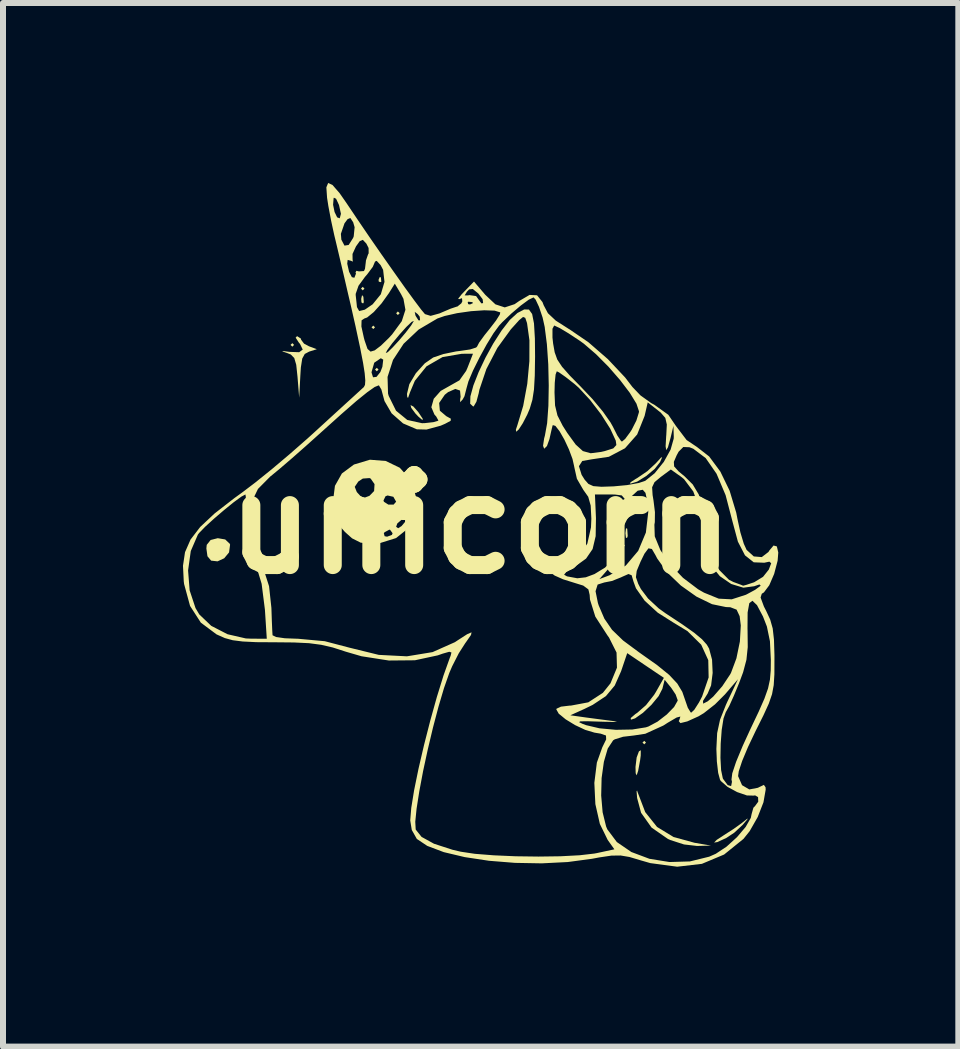
<source format=kicad_pcb>
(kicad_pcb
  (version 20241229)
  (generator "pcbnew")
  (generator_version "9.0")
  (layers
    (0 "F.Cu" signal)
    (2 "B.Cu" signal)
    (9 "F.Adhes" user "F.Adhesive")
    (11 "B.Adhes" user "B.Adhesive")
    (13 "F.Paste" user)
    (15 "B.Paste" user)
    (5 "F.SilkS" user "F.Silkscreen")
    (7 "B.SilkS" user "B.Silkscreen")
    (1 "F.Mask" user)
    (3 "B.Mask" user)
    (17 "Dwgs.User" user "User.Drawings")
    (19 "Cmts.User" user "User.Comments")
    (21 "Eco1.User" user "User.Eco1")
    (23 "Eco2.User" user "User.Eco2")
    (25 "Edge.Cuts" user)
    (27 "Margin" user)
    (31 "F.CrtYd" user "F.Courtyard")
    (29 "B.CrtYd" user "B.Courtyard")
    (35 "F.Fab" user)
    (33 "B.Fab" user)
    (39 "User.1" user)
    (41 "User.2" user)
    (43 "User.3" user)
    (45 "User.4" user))
  (footprint "unicorn"
    (layer "F.Cu")
    (at 4.961 5.691)
    (property "Reference" "unicorn" (at 0 0 0) (layer "F.SilkS") (effects (font (size 1.5 1.5) (thickness 0.3))))
    (attr board_only exclude_from_pos_files exclude_from_bom)
    (fp_poly (pts (xy -3.109 -2.992) (xy -3.138 -2.962) (xy -3.168 -2.992) (xy -3.138 -3.021)) (stroke (width 0) (type solid)) (fill yes) (layer "F.SilkS"))
    (fp_poly (pts (xy -1.936 -3.93) (xy -1.965 -3.901) (xy -1.994 -3.93) (xy -1.965 -3.96)) (stroke (width 0) (type solid)) (fill yes) (layer "F.SilkS"))
    (fp_poly (pts (xy -1.76 -3.285) (xy -1.789 -3.256) (xy -1.818 -3.285) (xy -1.789 -3.314)) (stroke (width 0) (type solid)) (fill yes) (layer "F.SilkS"))
    (fp_poly (pts (xy -1.701 -2.581) (xy -1.73 -2.552) (xy -1.76 -2.581) (xy -1.73 -2.61)) (stroke (width 0) (type solid)) (fill yes) (layer "F.SilkS"))
    (fp_poly (pts (xy -1.349 -3.52) (xy -1.379 -3.49) (xy -1.408 -3.52) (xy -1.379 -3.549)) (stroke (width 0) (type solid)) (fill yes) (layer "F.SilkS"))
    (fp_poly (pts (xy 2.405 0.352) (xy 2.376 0.381) (xy 2.346 0.352) (xy 2.376 0.323)) (stroke (width 0) (type solid)) (fill yes) (layer "F.SilkS"))
    (fp_poly (pts (xy 2.757 3.637) (xy 2.728 3.666) (xy 2.698 3.637) (xy 2.728 3.608)) (stroke (width 0) (type solid)) (fill yes) (layer "F.SilkS"))
    (fp_poly (pts (xy -1.954 -3.795) (xy -1.947 -3.703) (xy -1.959 -3.682) (xy -1.986 -3.7) (xy -1.99 -3.759) (xy -1.976 -3.822)) (stroke (width 0) (type solid)) (fill yes) (layer "F.SilkS"))
    (fp_poly (pts (xy -1.662 -4.116) (xy -1.655 -4.046) (xy -1.662 -4.038) (xy -1.697 -4.046) (xy -1.701 -4.077) (xy -1.68 -4.125)) (stroke (width 0) (type solid)) (fill yes) (layer "F.SilkS"))
    (fp_poly (pts (xy 2.444 0.073) (xy 2.452 0.193) (xy 2.444 0.22) (xy 2.423 0.227) (xy 2.414 0.147) (xy 2.424 0.063)) (stroke (width 0) (type solid)) (fill yes) (layer "F.SilkS"))
    (fp_poly (pts (xy -1.121 -1.965) (xy -1.04 -1.874) (xy -1.038 -1.871) (xy -0.965 -1.761) (xy -0.968 -1.737) (xy -1.042 -1.801) (xy -1.086 -1.848) (xy -1.156 -1.942) (xy -1.168 -1.989)) (stroke (width 0) (type solid)) (fill yes) (layer "F.SilkS"))
    (fp_poly (pts (xy 2.669 3.854) (xy 2.659 3.93) (xy 2.626 4.109) (xy 2.601 4.183) (xy 2.585 4.148) (xy 2.582 4.043) (xy 2.601 3.886) (xy 2.639 3.784) (xy 2.67 3.764)) (stroke (width 0) (type solid)) (fill yes) (layer "F.SilkS"))
    (fp_poly (pts (xy -4.257 0.251) (xy -4.18 0.324) (xy -4.176 0.34) (xy -4.193 0.467) (xy -4.274 0.565) (xy -4.385 0.616) (xy -4.492 0.604) (xy -4.553 0.531) (xy -4.571 0.401) (xy -4.565 0.341) (xy -4.5 0.26) (xy -4.381 0.23)) (stroke (width 0) (type solid)) (fill yes) (layer "F.SilkS"))
    (fp_poly (pts (xy 4.45 4.912) (xy 4.375 5.001) (xy 4.37 5.007) (xy 4.227 5.14) (xy 4.095 5.227) (xy 3.947 5.295) (xy 3.892 5.304) (xy 3.935 5.259) (xy 4.048 5.185) (xy 4.213 5.079) (xy 4.353 4.979) (xy 4.37 4.965) (xy 4.448 4.903)) (stroke (width 0) (type solid)) (fill yes) (layer "F.SilkS"))
    (fp_poly (pts (xy 2.993 -1.043) (xy 2.991 -1.038) (xy 2.902 -0.925) (xy 2.76 -0.806) (xy 2.61 -0.713) (xy 2.493 -0.677) (xy 2.493 -0.677) (xy 2.498 -0.701) (xy 2.585 -0.758) (xy 2.61 -0.772) (xy 2.779 -0.887) (xy 2.921 -1.019) (xy 3.007 -1.113) (xy 3.027 -1.12)) (stroke (width 0) (type solid)) (fill yes) (layer "F.SilkS"))
    (fp_poly (pts (xy 2.615 4.458) (xy 2.744 4.796) (xy 2.941 5.043) (xy 3.216 5.211) (xy 3.566 5.307) (xy 3.842 5.354) (xy 3.608 5.36) (xy 3.391 5.335) (xy 3.161 5.261) (xy 3.123 5.244) (xy 2.85 5.054) (xy 2.675 4.807) (xy 2.609 4.561) (xy 2.6 4.451) (xy 2.608 4.435)) (stroke (width 0) (type solid)) (fill yes) (layer "F.SilkS"))
    (fp_poly (pts (xy -2.995 -3.097) (xy -2.992 -3.078) (xy -2.943 -3.013) (xy -2.861 -2.969) (xy -2.73 -2.92) (xy -2.858 -2.88) (xy -2.931 -2.841) (xy -2.973 -2.764) (xy -2.996 -2.617) (xy -3.005 -2.475) (xy -3.024 -2.112) (xy -3.052 -2.461) (xy -3.073 -2.66) (xy -3.106 -2.773) (xy -3.164 -2.832) (xy -3.226 -2.857) (xy -3.309 -2.885) (xy -3.286 -2.889) (xy -3.189 -2.876) (xy -3.024 -2.87) (xy -2.965 -2.914) (xy -3.01 -3.008) (xy -3.03 -3.031) (xy -3.083 -3.113) (xy -3.059 -3.138)) (stroke (width 0) (type solid)) (fill yes) (layer "F.SilkS"))
    (fp_poly (pts (xy 0.806 -3.581) (xy 0.859 -3.507) (xy 0.89 -3.35) (xy 0.905 -3.098) (xy 0.908 -2.798) (xy 0.903 -2.48) (xy 0.89 -2.249) (xy 0.863 -2.075) (xy 0.819 -1.928) (xy 0.779 -1.833) (xy 0.703 -1.686) (xy 0.637 -1.584) (xy 0.594 -1.544) (xy 0.588 -1.579) (xy 0.614 -1.657) (xy 0.71 -1.976) (xy 0.778 -2.343) (xy 0.813 -2.72) (xy 0.814 -3.069) (xy 0.775 -3.349) (xy 0.77 -3.368) (xy 0.744 -3.443) (xy 0.708 -3.458) (xy 0.642 -3.404) (xy 0.523 -3.272) (xy 0.504 -3.251) (xy 0.279 -2.941) (xy 0.096 -2.589) (xy -0.02 -2.245) (xy -0.032 -2.185) (xy -0.07 -2.044) (xy -0.114 -1.969) (xy -0.124 -1.965) (xy -0.174 -2.011) (xy -0.17 -2.135) (xy -0.12 -2.317) (xy -0.033 -2.538) (xy 0.08 -2.777) (xy 0.211 -3.015) (xy 0.35 -3.232) (xy 0.487 -3.408) (xy 0.614 -3.524) (xy 0.616 -3.525) (xy 0.727 -3.583)) (stroke (width 0) (type solid)) (fill yes) (layer "F.SilkS"))
    (fp_poly (pts (xy -1.581 -1.057) (xy -1.347 -0.944) (xy -1.172 -0.748) (xy -1.145 -0.698) (xy -1.064 -0.413) (xy -1.088 -0.153) (xy -1.207 0.066) (xy -1.409 0.228) (xy -1.682 0.313) (xy -1.821 0.323) (xy -2 0.304) (xy -2.137 0.235) (xy -1.818 0.235) (xy -1.789 0.264) (xy -1.76 0.235) (xy -1.789 0.205) (xy -1.818 0.235) (xy -2.137 0.235) (xy -2.143 0.232) (xy -2.238 0.147) (xy -1.613 0.147) (xy -1.6 0.197) (xy -1.558 0.205) (xy -1.478 0.175) (xy -1.467 0.147) (xy -1.509 0.09) (xy -1.522 0.088) (xy -1.601 0.131) (xy -1.613 0.147) (xy -2.238 0.147) (xy -2.264 0.123) (xy -2.337 0.04) (xy -1.408 0.04) (xy -1.374 0.064) (xy -1.318 0.028) (xy -1.257 -0.044) (xy -1.256 -0.073) (xy -1.321 -0.074) (xy -1.389 -0.015) (xy -1.408 0.04) (xy -2.337 0.04) (xy -2.391 -0.022) (xy -2.449 -0.159) (xy -2.457 -0.264) (xy -1.232 -0.264) (xy -1.21 -0.216) (xy -1.193 -0.225) (xy -1.186 -0.294) (xy -1.193 -0.303) (xy -1.228 -0.295) (xy -1.232 -0.264) (xy -2.457 -0.264) (xy -2.464 -0.348) (xy -2.464 -0.362) (xy -2.459 -0.398) (xy -1.619 -0.398) (xy -1.611 -0.377) (xy -1.538 -0.33) (xy -1.45 -0.33) (xy -1.408 -0.378) (xy -1.454 -0.46) (xy -1.55 -0.482) (xy -1.585 -0.469) (xy -1.619 -0.398) (xy -2.459 -0.398) (xy -2.43 -0.626) (xy -2.098 -0.626) (xy -2.064 -0.541) (xy -2.056 -0.531) (xy -1.986 -0.455) (xy -1.925 -0.449) (xy -1.853 -0.476) (xy -1.775 -0.556) (xy -1.768 -0.671) (xy -1.832 -0.763) (xy -1.852 -0.772) (xy -1.963 -0.764) (xy -2.038 -0.715) (xy -2.098 -0.626) (xy -2.43 -0.626) (xy -2.428 -0.643) (xy -2.312 -0.849) (xy -2.111 -0.998) (xy -1.845 -1.078)) (stroke (width 0) (type solid)) (fill yes) (layer "F.SilkS"))
    (fp_poly (pts (xy -2.469 -5.658) (xy -2.35 -5.521) (xy -2.232 -5.351) (xy -2.052 -5.083) (xy -1.854 -4.792) (xy -1.648 -4.495) (xy -1.446 -4.208) (xy -1.262 -3.948) (xy -1.106 -3.734) (xy -0.991 -3.581) (xy -0.929 -3.507) (xy -0.927 -3.505) (xy -0.833 -3.476) (xy -0.684 -3.517) (xy -0.645 -3.534) (xy -0.499 -3.596) (xy -0.397 -3.63) (xy -0.386 -3.632) (xy -0.322 -3.684) (xy -0.311 -3.705) (xy -0.215 -3.705) (xy -0.207 -3.671) (xy -0.176 -3.666) (xy -0.128 -3.688) (xy -0.137 -3.705) (xy -0.206 -3.712) (xy -0.215 -3.705) (xy -0.311 -3.705) (xy -0.305 -3.718) (xy -0.31 -3.771) (xy -0.359 -3.754) (xy -0.374 -3.762) (xy -0.33 -3.817) (xy -0.266 -3.817) (xy -0.209 -3.817) (xy -0.187 -3.822) (xy -0.075 -3.806) (xy -0.036 -3.751) (xy 0.013 -3.684) (xy 0.042 -3.689) (xy 0.034 -3.753) (xy -0.037 -3.847) (xy -0.13 -3.924) (xy -0.192 -3.917) (xy -0.228 -3.879) (xy -0.266 -3.817) (xy -0.33 -3.817) (xy -0.318 -3.833) (xy -0.275 -3.878) (xy -0.11 -4.048) (xy 0.077 -3.828) (xy 0.247 -3.668) (xy 0.403 -3.617) (xy 0.567 -3.671) (xy 0.645 -3.725) (xy 0.816 -3.825) (xy 0.941 -3.819) (xy 1.031 -3.706) (xy 1.052 -3.652) (xy 1.122 -3.52) (xy 1.253 -3.397) (xy 1.47 -3.258) (xy 1.475 -3.256) (xy 1.796 -3.037) (xy 2.122 -2.754) (xy 2.409 -2.449) (xy 2.531 -2.29) (xy 2.665 -2.15) (xy 2.844 -2.022) (xy 2.896 -1.994) (xy 3.129 -1.827) (xy 3.255 -1.642) (xy 3.434 -1.406) (xy 3.607 -1.29) (xy 3.81 -1.132) (xy 3.996 -0.881) (xy 4.151 -0.561) (xy 4.261 -0.196) (xy 4.282 -0.088) (xy 4.33 0.132) (xy 4.387 0.322) (xy 4.434 0.425) (xy 4.554 0.534) (xy 4.687 0.545) (xy 4.799 0.459) (xy 4.811 0.438) (xy 4.883 0.352) (xy 4.938 0.367) (xy 4.962 0.469) (xy 4.951 0.606) (xy 4.893 0.826) (xy 4.812 1.014) (xy 4.723 1.133) (xy 4.687 1.156) (xy 4.667 1.219) (xy 4.723 1.37) (xy 4.759 1.44) (xy 4.827 1.586) (xy 4.869 1.734) (xy 4.89 1.92) (xy 4.898 2.178) (xy 4.898 2.26) (xy 4.897 2.5) (xy 4.886 2.679) (xy 4.858 2.83) (xy 4.804 2.987) (xy 4.714 3.184) (xy 4.585 3.442) (xy 4.457 3.711) (xy 4.36 3.943) (xy 4.303 4.116) (xy 4.292 4.196) (xy 4.358 4.347) (xy 4.479 4.418) (xy 4.624 4.39) (xy 4.634 4.384) (xy 4.722 4.342) (xy 4.75 4.382) (xy 4.752 4.421) (xy 4.715 4.632) (xy 4.619 4.878) (xy 4.485 5.113) (xy 4.382 5.242) (xy 4.059 5.503) (xy 3.689 5.658) (xy 3.277 5.706) (xy 2.829 5.646) (xy 2.669 5.6) (xy 2.482 5.544) (xy 2.334 5.519) (xy 2.181 5.521) (xy 1.978 5.551) (xy 1.856 5.574) (xy 1.453 5.628) (xy 1.019 5.65) (xy 0.574 5.642) (xy 0.139 5.607) (xy -0.264 5.546) (xy -0.614 5.463) (xy -0.889 5.359) (xy -1.063 5.243) (xy -1.147 5.094) (xy -1.173 4.935) (xy -1.156 4.726) (xy -1.108 4.43) (xy -1.035 4.073) (xy -0.943 3.678) (xy -0.839 3.271) (xy -0.729 2.876) (xy -0.618 2.518) (xy -0.513 2.223) (xy -0.5 2.191) (xy -0.486 2.135) (xy -0.522 2.123) (xy -0.634 2.155) (xy -0.714 2.183) (xy -1.095 2.265) (xy -1.529 2.269) (xy -1.985 2.198) (xy -2.246 2.122) (xy -2.463 2.052) (xy -2.656 2.007) (xy -2.861 1.98) (xy -3.113 1.968) (xy -3.421 1.965) (xy -3.738 1.963) (xy -3.965 1.952) (xy -4.131 1.931) (xy -4.263 1.895) (xy -4.389 1.839) (xy -4.402 1.833) (xy -4.663 1.638) (xy -4.843 1.359) (xy -4.942 0.995) (xy -4.948 0.95) (xy -4.957 0.768) (xy -4.876 0.768) (xy -4.85 1.099) (xy -4.752 1.395) (xy -4.689 1.501) (xy -4.49 1.691) (xy -4.218 1.831) (xy -3.913 1.901) (xy -3.82 1.905) (xy -3.564 1.906) (xy -3.595 1.423) (xy -3.65 0.99) (xy -3.764 0.612) (xy -3.783 0.566) (xy -3.878 0.307) (xy -3.92 0.085) (xy -3.92 -0.067) (xy -3.852 -0.067) (xy -3.788 0.272) (xy -3.65 0.645) (xy -3.526 1.031) (xy -3.487 1.393) (xy -3.48 1.603) (xy -3.473 1.767) (xy -3.468 1.848) (xy -3.41 1.877) (xy -3.264 1.898) (xy -3.057 1.906) (xy -3.046 1.906) (xy -2.598 1.947) (xy -2.194 2.053) (xy -1.697 2.175) (xy -1.228 2.199) (xy -0.801 2.129) (xy -0.428 1.963) (xy -0.386 1.935) (xy -0.225 1.831) (xy -0.151 1.799) (xy -0.16 1.843) (xy -0.244 1.964) (xy -0.256 1.98) (xy -0.364 2.149) (xy -0.474 2.365) (xy -0.522 2.477) (xy -0.61 2.728) (xy -0.702 3.039) (xy -0.794 3.388) (xy -0.881 3.754) (xy -0.959 4.115) (xy -1.022 4.45) (xy -1.067 4.738) (xy -1.089 4.956) (xy -1.082 5.083) (xy -1.082 5.086) (xy -0.984 5.209) (xy -0.777 5.323) (xy -0.47 5.423) (xy -0.33 5.456) (xy -0.096 5.491) (xy 0.219 5.516) (xy 0.583 5.532) (xy 0.964 5.537) (xy 1.331 5.532) (xy 1.652 5.515) (xy 1.894 5.487) (xy 1.933 5.48) (xy 2.23 5.416) (xy 2.118 5.259) (xy 1.988 4.993) (xy 1.913 4.663) (xy 1.906 4.52) (xy 2.01 4.52) (xy 2.034 4.799) (xy 2.092 5.035) (xy 2.112 5.083) (xy 2.271 5.295) (xy 2.513 5.461) (xy 2.814 5.574) (xy 3.148 5.628) (xy 3.488 5.618) (xy 3.81 5.539) (xy 3.921 5.49) (xy 4.099 5.372) (xy 4.274 5.213) (xy 4.418 5.043) (xy 4.504 4.892) (xy 4.517 4.83) (xy 4.547 4.723) (xy 4.576 4.693) (xy 4.628 4.622) (xy 4.625 4.546) (xy 4.574 4.516) (xy 4.558 4.521) (xy 4.439 4.518) (xy 4.276 4.462) (xy 4.116 4.375) (xy 4.004 4.277) (xy 3.991 4.257) (xy 3.96 4.142) (xy 3.938 3.951) (xy 3.936 3.891) (xy 3.998 3.891) (xy 4.009 4.096) (xy 4.037 4.232) (xy 4.043 4.244) (xy 4.119 4.346) (xy 4.176 4.362) (xy 4.19 4.291) (xy 4.182 4.253) (xy 4.195 4.149) (xy 4.259 3.957) (xy 4.369 3.692) (xy 4.495 3.417) (xy 4.635 3.122) (xy 4.731 2.904) (xy 4.791 2.735) (xy 4.823 2.588) (xy 4.836 2.435) (xy 4.838 2.258) (xy 4.823 1.948) (xy 4.772 1.702) (xy 4.707 1.535) (xy 4.607 1.346) (xy 4.531 1.273) (xy 4.479 1.313) (xy 4.451 1.468) (xy 4.449 1.737) (xy 4.45 1.772) (xy 4.453 2.045) (xy 4.431 2.257) (xy 4.376 2.464) (xy 4.308 2.647) (xy 4.222 2.855) (xy 4.145 3.026) (xy 4.091 3.123) (xy 4.088 3.127) (xy 4.049 3.235) (xy 4.019 3.424) (xy 4.002 3.655) (xy 3.998 3.891) (xy 3.936 3.891) (xy 3.93 3.743) (xy 3.943 3.479) (xy 3.991 3.256) (xy 4.088 3.011) (xy 4.11 2.962) (xy 4.29 2.581) (xy 4.075 2.832) (xy 3.907 3) (xy 3.721 3.146) (xy 3.633 3.199) (xy 3.445 3.284) (xy 3.331 3.312) (xy 3.303 3.28) (xy 3.314 3.256) (xy 3.33 3.203) (xy 3.268 3.219) (xy 3.121 3.305) (xy 3.046 3.353) (xy 2.745 3.49) (xy 2.553 3.519) (xy 2.374 3.54) (xy 2.236 3.583) (xy 2.209 3.6) (xy 2.119 3.737) (xy 2.055 3.957) (xy 2.017 4.229) (xy 2.01 4.52) (xy 1.906 4.52) (xy 1.896 4.308) (xy 1.938 3.97) (xy 2.028 3.717) (xy 2.093 3.584) (xy 2.09 3.519) (xy 2.001 3.488) (xy 1.898 3.471) (xy 1.744 3.425) (xy 1.574 3.345) (xy 1.417 3.249) (xy 1.336 3.182) (xy 1.496 3.182) (xy 1.76 3.219) (xy 1.978 3.248) (xy 2.188 3.275) (xy 2.229 3.28) (xy 2.274 3.289) (xy 2.215 3.293) (xy 2.065 3.29) (xy 1.994 3.288) (xy 1.776 3.281) (xy 1.662 3.283) (xy 1.641 3.296) (xy 1.698 3.324) (xy 1.76 3.347) (xy 1.982 3.399) (xy 2.255 3.424) (xy 2.529 3.419) (xy 2.754 3.383) (xy 2.797 3.369) (xy 2.949 3.288) (xy 3.103 3.169) (xy 3.225 3.044) (xy 3.284 2.94) (xy 3.285 2.929) (xy 3.251 2.835) (xy 3.177 2.724) (xy 3.068 2.59) (xy 3.03 2.74) (xy 2.967 2.863) (xy 2.848 3.007) (xy 2.706 3.141) (xy 2.575 3.233) (xy 2.506 3.255) (xy 2.502 3.228) (xy 2.579 3.162) (xy 2.613 3.139) (xy 2.757 3.013) (xy 2.893 2.84) (xy 2.923 2.791) (xy 3.055 2.558) (xy 2.749 2.352) (xy 2.444 2.146) (xy 2.342 2.447) (xy 2.236 2.686) (xy 2.089 2.862) (xy 1.869 3.008) (xy 1.73 3.076) (xy 1.496 3.182) (xy 1.336 3.182) (xy 1.303 3.156) (xy 1.262 3.084) (xy 1.266 3.072) (xy 1.34 3.038) (xy 1.481 3.021) (xy 1.502 3.021) (xy 1.795 2.966) (xy 2.038 2.808) (xy 2.165 2.649) (xy 2.273 2.388) (xy 2.266 2.136) (xy 2.141 1.887) (xy 2.114 1.85) (xy 1.912 1.537) (xy 1.823 1.252) (xy 1.818 1.176) (xy 1.804 1.114) (xy 1.916 1.114) (xy 1.955 1.308) (xy 1.968 1.349) (xy 2.063 1.571) (xy 2.191 1.757) (xy 2.375 1.935) (xy 2.642 2.133) (xy 2.655 2.142) (xy 2.942 2.345) (xy 3.144 2.509) (xy 3.278 2.652) (xy 3.362 2.791) (xy 3.405 2.915) (xy 3.454 3.056) (xy 3.501 3.133) (xy 3.511 3.138) (xy 3.562 3.09) (xy 3.64 2.968) (xy 3.692 2.869) (xy 3.801 2.551) (xy 3.795 2.263) (xy 3.677 2.005) (xy 3.447 1.778) (xy 3.216 1.638) (xy 2.952 1.471) (xy 2.735 1.272) (xy 2.59 1.066) (xy 2.549 0.955) (xy 2.527 0.88) (xy 2.589 0.88) (xy 2.627 0.99) (xy 2.672 1.077) (xy 2.791 1.235) (xy 2.969 1.4) (xy 3.08 1.48) (xy 3.362 1.666) (xy 3.56 1.806) (xy 3.691 1.915) (xy 3.771 2.005) (xy 3.809 2.071) (xy 3.858 2.255) (xy 3.868 2.476) (xy 3.842 2.684) (xy 3.785 2.819) (xy 3.707 2.943) (xy 3.71 2.988) (xy 3.786 2.949) (xy 3.877 2.871) (xy 4.028 2.698) (xy 4.16 2.5) (xy 4.174 2.474) (xy 4.264 2.233) (xy 4.322 1.952) (xy 4.337 1.684) (xy 4.318 1.53) (xy 4.267 1.421) (xy 4.163 1.381) (xy 4.09 1.378) (xy 3.858 1.33) (xy 3.597 1.203) (xy 3.338 1.019) (xy 3.109 0.8) (xy 2.943 0.567) (xy 2.916 0.515) (xy 2.855 0.41) (xy 2.798 0.399) (xy 2.731 0.489) (xy 2.666 0.622) (xy 2.602 0.776) (xy 2.589 0.88) (xy 2.527 0.88) (xy 2.518 0.848) (xy 2.465 0.827) (xy 2.352 0.877) (xy 2.345 0.881) (xy 2.19 0.943) (xy 2.062 0.968) (xy 1.951 1.003) (xy 1.916 1.114) (xy 1.804 1.114) (xy 1.796 1.083) (xy 1.711 1.02) (xy 1.569 0.976) (xy 1.374 0.915) (xy 1.233 0.852) (xy 1.216 0.839) (xy 1.392 0.839) (xy 1.44 0.866) (xy 1.444 0.867) (xy 1.612 0.898) (xy 1.753 0.882) (xy 1.898 0.828) (xy 2.073 0.721) (xy 2.217 0.579) (xy 2.299 0.48) (xy 2.342 0.448) (xy 2.345 0.453) (xy 2.31 0.518) (xy 2.221 0.636) (xy 2.163 0.703) (xy 1.98 0.912) (xy 2.149 0.848) (xy 2.421 0.685) (xy 2.627 0.441) (xy 2.755 0.136) (xy 2.795 -0.208) (xy 2.779 -0.383) (xy 2.748 -0.526) (xy 2.703 -0.577) (xy 2.621 -0.562) (xy 2.618 -0.561) (xy 2.506 -0.459) (xy 2.457 -0.316) (xy 2.421 -0.117) (xy 2.413 -0.308) (xy 2.4 -0.428) (xy 2.353 -0.483) (xy 2.237 -0.498) (xy 2.156 -0.499) (xy 1.906 -0.499) (xy 1.923 -0.103) (xy 1.918 0.196) (xy 1.867 0.411) (xy 1.758 0.57) (xy 1.576 0.702) (xy 1.56 0.711) (xy 1.428 0.792) (xy 1.392 0.839) (xy 1.216 0.839) (xy 1.169 0.8) (xy 1.175 0.779) (xy 1.241 0.744) (xy 1.373 0.682) (xy 1.42 0.661) (xy 1.643 0.517) (xy 1.779 0.32) (xy 1.84 0.05) (xy 1.846 -0.095) (xy 1.835 -0.314) (xy 1.794 -0.46) (xy 1.714 -0.573) (xy 1.687 -0.619) (xy 2.859 -0.619) (xy 2.867 -0.489) (xy 2.882 -0.399) (xy 2.906 -0.205) (xy 2.904 -0.037) (xy 2.897 0.005) (xy 2.903 0.199) (xy 2.996 0.427) (xy 3.158 0.665) (xy 3.373 0.89) (xy 3.625 1.081) (xy 3.724 1.138) (xy 3.97 1.238) (xy 4.186 1.249) (xy 4.419 1.174) (xy 4.436 1.166) (xy 4.575 1.091) (xy 4.661 1.028) (xy 4.668 1.019) (xy 4.648 1.001) (xy 4.56 1.031) (xy 4.38 1.055) (xy 4.177 0.993) (xy 3.989 0.864) (xy 3.877 0.727) (xy 3.808 0.564) (xy 3.75 0.337) (xy 3.721 0.152) (xy 3.654 -0.25) (xy 3.545 -0.549) (xy 3.391 -0.754) (xy 3.339 -0.796) (xy 3.171 -0.915) (xy 3.002 -0.79) (xy 2.899 -0.704) (xy 2.859 -0.619) (xy 1.687 -0.619) (xy 1.605 -0.761) (xy 1.561 -0.958) (xy 1.559 -0.97) (xy 1.639 -0.97) (xy 1.684 -0.826) (xy 1.735 -0.745) (xy 1.797 -0.675) (xy 1.879 -0.638) (xy 2.014 -0.627) (xy 2.219 -0.634) (xy 2.442 -0.655) (xy 2.636 -0.69) (xy 2.744 -0.726) (xy 2.902 -0.853) (xy 3.052 -1.04) (xy 3.054 -1.042) (xy 3.221 -1.042) (xy 3.226 -0.966) (xy 3.3 -0.884) (xy 3.4 -0.801) (xy 3.536 -0.666) (xy 3.636 -0.499) (xy 3.71 -0.274) (xy 3.766 0.032) (xy 3.788 0.198) (xy 3.858 0.512) (xy 3.979 0.761) (xy 4.14 0.923) (xy 4.213 0.96) (xy 4.328 1.002) (xy 4.376 1.022) (xy 4.429 1.008) (xy 4.549 0.968) (xy 4.559 0.965) (xy 4.708 0.874) (xy 4.804 0.753) (xy 4.844 0.648) (xy 4.814 0.621) (xy 4.728 0.639) (xy 4.553 0.632) (xy 4.407 0.516) (xy 4.289 0.288) (xy 4.2 -0.043) (xy 4.084 -0.487) (xy 3.933 -0.844) (xy 3.752 -1.105) (xy 3.545 -1.261) (xy 3.481 -1.286) (xy 3.379 -1.29) (xy 3.301 -1.212) (xy 3.268 -1.151) (xy 3.221 -1.042) (xy 3.054 -1.042) (xy 3.167 -1.246) (xy 3.219 -1.43) (xy 3.22 -1.461) (xy 3.214 -1.642) (xy 3.168 -1.449) (xy 3.123 -1.285) (xy 3.094 -1.237) (xy 3.084 -1.303) (xy 3.094 -1.481) (xy 3.095 -1.485) (xy 3.104 -1.665) (xy 3.079 -1.775) (xy 3.002 -1.864) (xy 2.954 -1.902) (xy 2.786 -2.034) (xy 2.734 -1.809) (xy 2.61 -1.499) (xy 2.407 -1.269) (xy 2.138 -1.127) (xy 1.854 -1.085) (xy 1.695 -1.057) (xy 1.639 -0.97) (xy 1.559 -0.97) (xy 1.532 -1.09) (xy 1.472 -1.251) (xy 1.396 -1.414) (xy 1.316 -1.553) (xy 1.247 -1.642) (xy 1.204 -1.655) (xy 1.198 -1.642) (xy 1.175 -1.545) (xy 1.148 -1.423) (xy 1.106 -1.306) (xy 1.06 -1.261) (xy 1.041 -1.31) (xy 1.059 -1.433) (xy 1.072 -1.481) (xy 1.109 -1.687) (xy 1.13 -1.976) (xy 1.134 -2.199) (xy 1.232 -2.199) (xy 1.241 -1.983) (xy 1.281 -1.816) (xy 1.368 -1.645) (xy 1.443 -1.527) (xy 1.585 -1.331) (xy 1.705 -1.222) (xy 1.835 -1.186) (xy 2.008 -1.208) (xy 2.069 -1.222) (xy 2.212 -1.267) (xy 2.263 -1.323) (xy 2.253 -1.396) (xy 2.161 -1.595) (xy 2.009 -1.834) (xy 1.825 -2.074) (xy 1.637 -2.277) (xy 1.565 -2.341) (xy 1.418 -2.456) (xy 1.309 -2.533) (xy 1.27 -2.552) (xy 1.25 -2.498) (xy 1.236 -2.36) (xy 1.232 -2.199) (xy 1.134 -2.199) (xy 1.136 -2.315) (xy 1.128 -2.668) (xy 1.105 -3.004) (xy 1.072 -3.261) (xy 1.198 -3.261) (xy 1.198 -3.114) (xy 1.209 -3.014) (xy 1.235 -2.868) (xy 1.278 -2.748) (xy 1.358 -2.627) (xy 1.49 -2.478) (xy 1.67 -2.295) (xy 1.866 -2.088) (xy 2.04 -1.878) (xy 2.166 -1.699) (xy 2.205 -1.629) (xy 2.279 -1.482) (xy 2.339 -1.393) (xy 2.356 -1.38) (xy 2.409 -1.424) (xy 2.492 -1.536) (xy 2.518 -1.576) (xy 2.597 -1.732) (xy 2.638 -1.865) (xy 2.64 -1.885) (xy 2.598 -2.012) (xy 2.487 -2.193) (xy 2.325 -2.406) (xy 2.131 -2.629) (xy 1.923 -2.838) (xy 1.721 -3.012) (xy 1.65 -3.063) (xy 1.467 -3.184) (xy 1.318 -3.273) (xy 1.232 -3.313) (xy 1.226 -3.314) (xy 1.198 -3.261) (xy 1.072 -3.261) (xy 1.069 -3.289) (xy 1.034 -3.446) (xy 0.974 -3.625) (xy 0.917 -3.747) (xy 0.883 -3.784) (xy 0.803 -3.746) (xy 0.67 -3.648) (xy 0.513 -3.515) (xy 0.36 -3.369) (xy 0.309 -3.314) (xy 0.215 -3.186) (xy 0.1 -2.998) (xy -0.019 -2.78) (xy -0.126 -2.565) (xy -0.203 -2.384) (xy -0.235 -2.269) (xy -0.236 -2.265) (xy -0.269 -2.136) (xy -0.299 -2.082) (xy -0.342 -2.037) (xy -0.34 -2.092) (xy -0.333 -2.126) (xy -0.343 -2.231) (xy -0.421 -2.258) (xy -0.542 -2.205) (xy -0.597 -2.161) (xy -0.691 -2.024) (xy -0.679 -1.895) (xy -0.572 -1.804) (xy -0.496 -1.762) (xy -0.499 -1.727) (xy -0.592 -1.677) (xy -0.666 -1.645) (xy -0.901 -1.581) (xy -1.063 -1.585) (xy -1.292 -1.683) (xy -1.483 -1.851) (xy -1.602 -2.056) (xy -1.618 -2.115) (xy -1.654 -2.249) (xy -1.694 -2.316) (xy -1.7 -2.317) (xy -1.766 -2.29) (xy -1.887 -2.205) (xy -2.07 -2.057) (xy -2.321 -1.838) (xy -2.648 -1.544) (xy -2.669 -1.525) (xy -2.912 -1.307) (xy -3.147 -1.1) (xy -3.351 -0.925) (xy -3.495 -0.806) (xy -3.504 -0.8) (xy -3.711 -0.591) (xy -3.827 -0.351) (xy -3.852 -0.067) (xy -3.92 -0.067) (xy -3.92 -0.153) (xy -3.913 -0.337) (xy -3.914 -0.462) (xy -3.92 -0.499) (xy -3.989 -0.462) (xy -4.117 -0.368) (xy -4.277 -0.238) (xy -4.444 -0.095) (xy -4.591 0.039) (xy -4.691 0.142) (xy -4.712 0.169) (xy -4.831 0.444) (xy -4.876 0.768) (xy -4.957 0.768) (xy -4.961 0.69) (xy -4.927 0.463) (xy -4.835 0.253) (xy -4.674 0.043) (xy -4.434 -0.182) (xy -4.103 -0.439) (xy -3.973 -0.533) (xy -3.757 -0.697) (xy -3.484 -0.917) (xy -3.184 -1.17) (xy -2.885 -1.432) (xy -2.757 -1.548) (xy -2.509 -1.775) (xy -2.287 -1.978) (xy -2.108 -2.141) (xy -1.988 -2.251) (xy -1.946 -2.289) (xy -1.927 -2.326) (xy -1.922 -2.399) (xy -1.932 -2.518) (xy -1.934 -2.532) (xy -1.818 -2.532) (xy -1.793 -2.452) (xy -1.744 -2.458) (xy -1.551 -2.458) (xy -1.543 -2.181) (xy -1.532 -2.142) (xy -1.41 -1.895) (xy -1.222 -1.741) (xy -0.977 -1.687) (xy -0.933 -1.688) (xy -0.788 -1.704) (xy -0.709 -1.727) (xy -0.704 -1.733) (xy -0.74 -1.798) (xy -0.77 -1.832) (xy -0.821 -1.953) (xy -0.781 -2.094) (xy -0.665 -2.225) (xy -0.532 -2.3) (xy -0.353 -2.401) (xy -0.241 -2.559) (xy -0.216 -2.617) (xy -0.127 -2.845) (xy -0.313 -2.844) (xy -0.634 -2.789) (xy -0.901 -2.635) (xy -1.096 -2.394) (xy -1.176 -2.203) (xy -1.209 -2.109) (xy -1.223 -2.122) (xy -1.227 -2.176) (xy -1.188 -2.337) (xy -1.079 -2.52) (xy -0.93 -2.685) (xy -0.79 -2.782) (xy -0.622 -2.839) (xy -0.41 -2.883) (xy -0.338 -2.892) (xy -0.175 -2.916) (xy -0.075 -2.948) (xy -0.059 -2.964) (xy -0.024 -3.031) (xy 0.066 -3.155) (xy 0.149 -3.258) (xy 0.257 -3.398) (xy 0.321 -3.5) (xy 0.328 -3.534) (xy 0.234 -3.563) (xy 0.06 -3.569) (xy -0.159 -3.554) (xy -0.391 -3.521) (xy -0.599 -3.474) (xy -0.72 -3.432) (xy -1.032 -3.248) (xy -1.283 -3.011) (xy -1.46 -2.741) (xy -1.551 -2.458) (xy -1.744 -2.458) (xy -1.735 -2.459) (xy -1.671 -2.539) (xy -1.637 -2.627) (xy -1.623 -2.746) (xy -1.663 -2.77) (xy -1.773 -2.695) (xy -1.817 -2.541) (xy -1.818 -2.532) (xy -1.934 -2.532) (xy -1.959 -2.692) (xy -1.991 -2.856) (xy -1.581 -2.856) (xy -1.547 -2.871) (xy -1.465 -2.951) (xy -1.357 -3.069) (xy -1.247 -3.199) (xy -1.159 -3.314) (xy -1.116 -3.385) (xy -1.115 -3.391) (xy -1.149 -3.376) (xy -1.238 -3.291) (xy -1.349 -3.168) (xy -1.473 -3.019) (xy -1.557 -2.904) (xy -1.581 -2.856) (xy -1.991 -2.856) (xy -2.005 -2.93) (xy -2.072 -3.242) (xy -2.084 -3.299) (xy -1.987 -3.299) (xy -1.945 -3.108) (xy -1.933 -3.064) (xy -1.885 -2.925) (xy -1.834 -2.88) (xy -1.765 -2.901) (xy -1.662 -2.979) (xy -1.529 -3.108) (xy -1.475 -3.167) (xy -1.314 -3.387) (xy -1.264 -3.543) (xy -1.098 -3.543) (xy -1.086 -3.484) (xy -1.081 -3.473) (xy -1.035 -3.401) (xy -1.009 -3.401) (xy -1.015 -3.463) (xy -1.049 -3.506) (xy -1.098 -3.543) (xy -1.264 -3.543) (xy -1.253 -3.577) (xy -1.286 -3.76) (xy -1.325 -3.836) (xy -1.43 -4.013) (xy -1.529 -3.854) (xy -1.65 -3.685) (xy -1.78 -3.54) (xy -1.891 -3.449) (xy -1.938 -3.432) (xy -1.984 -3.401) (xy -1.987 -3.299) (xy -2.084 -3.299) (xy -2.161 -3.639) (xy -2.209 -3.843) (xy -2.082 -3.843) (xy -2.082 -3.821) (xy -2.067 -3.684) (xy -2.061 -3.622) (xy -2.024 -3.556) (xy -1.93 -3.579) (xy -1.799 -3.669) (xy -1.663 -3.836) (xy -1.602 -4.042) (xy -1.625 -4.243) (xy -1.666 -4.321) (xy -1.732 -4.393) (xy -1.76 -4.381) (xy -1.76 -4.38) (xy -1.797 -4.293) (xy -1.891 -4.167) (xy -1.927 -4.126) (xy -2.035 -3.978) (xy -2.082 -3.843) (xy -2.209 -3.843) (xy -2.275 -4.128) (xy -2.326 -4.345) (xy -2.223 -4.345) (xy -2.192 -4.21) (xy -2.146 -4.121) (xy -2.104 -4.111) (xy -2.077 -4.181) (xy -2.085 -4.198) (xy -2.071 -4.227) (xy -2.027 -4.217) (xy -1.944 -4.223) (xy -1.927 -4.261) (xy -1.913 -4.378) (xy -1.911 -4.4) (xy -1.875 -4.503) (xy -1.866 -4.518) (xy -1.867 -4.607) (xy -1.904 -4.68) (xy -1.963 -4.743) (xy -2.014 -4.722) (xy -2.077 -4.634) (xy -2.135 -4.508) (xy -2.134 -4.418) (xy -2.129 -4.38) (xy -2.161 -4.394) (xy -2.216 -4.409) (xy -2.223 -4.345) (xy -2.326 -4.345) (xy -2.415 -4.721) (xy -2.437 -4.811) (xy -2.444 -4.843) (xy -2.329 -4.843) (xy -2.321 -4.746) (xy -2.269 -4.647) (xy -2.199 -4.658) (xy -2.125 -4.775) (xy -2.115 -4.801) (xy -2.1 -4.953) (xy -2.124 -5.036) (xy -2.171 -5.107) (xy -2.217 -5.088) (xy -2.269 -5.018) (xy -2.329 -4.843) (xy -2.444 -4.843) (xy -2.491 -5.059) (xy -2.539 -5.313) (xy -2.541 -5.328) (xy -2.459 -5.328) (xy -2.434 -5.207) (xy -2.391 -5.118) (xy -2.348 -5.102) (xy -2.328 -5.177) (xy -2.359 -5.318) (xy -2.36 -5.323) (xy -2.409 -5.428) (xy -2.446 -5.446) (xy -2.45 -5.437) (xy -2.459 -5.328) (xy -2.541 -5.328) (xy -2.559 -5.443) (xy -2.571 -5.618) (xy -2.541 -5.691)) (stroke (width 0) (type solid)) (fill yes) (layer "F.SilkS")))
  (gr_rect
    (start -3 -3)
    (end 12.924 14.396)
    (stroke (width 0.1) (type default))
    (fill no)
    (layer "Edge.Cuts")))
</source>
